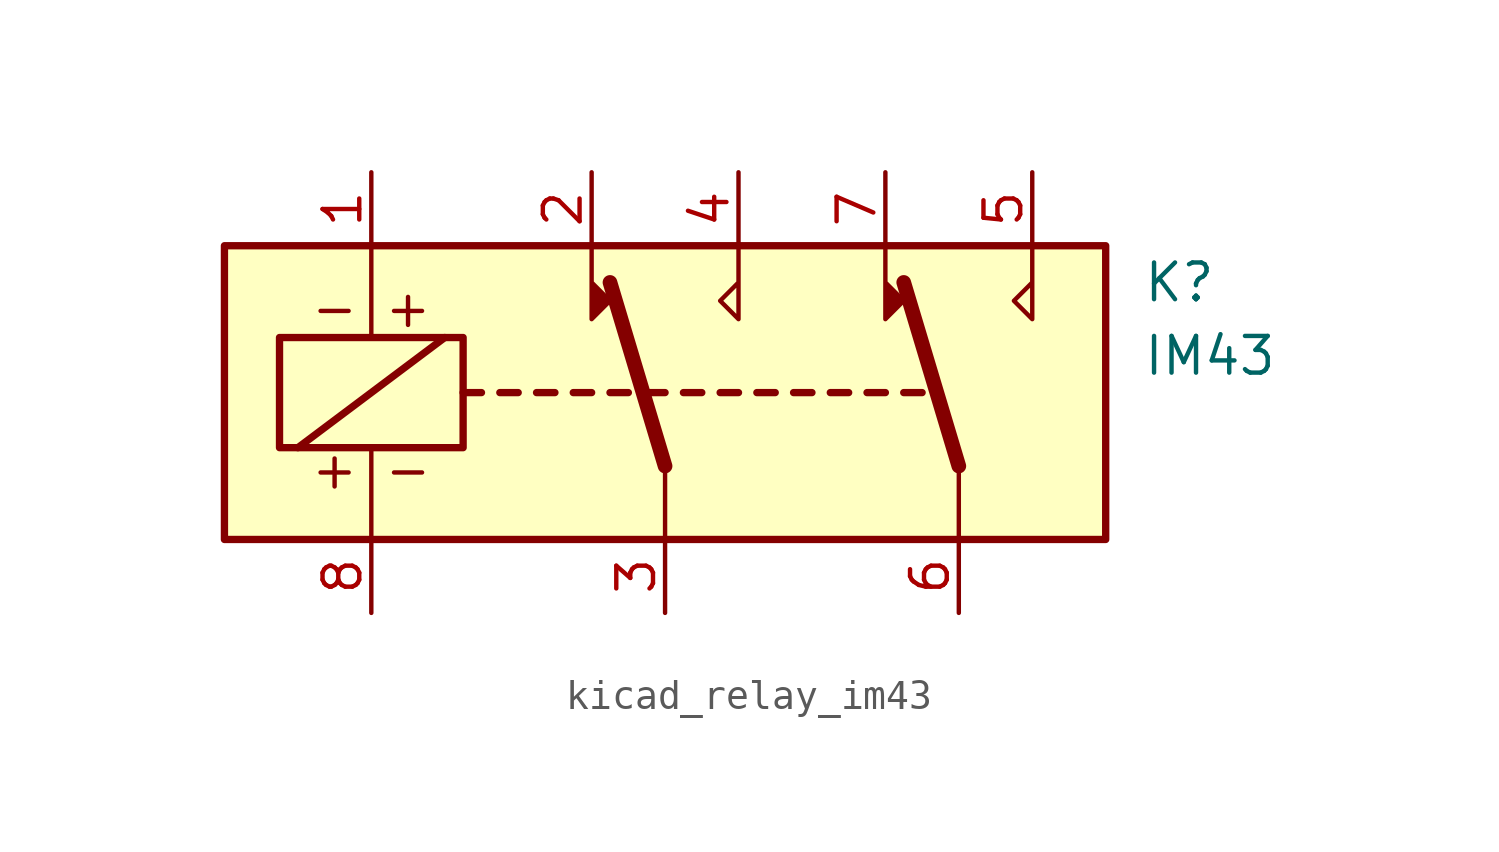
<source format=kicad_sym>
(kicad_symbol_lib
  (version 20220914)
  (generator kicad_symbol_editor)
  (symbol "kicad_relay_im43"
    (property "Reference" "K"
      (at 16.51 3.81 0)
      (effects (font (size 1.27 1.27)) (justify left)))
    (property "Value" "IM43"
      (at 16.51 1.27 0)
      (effects (font (size 1.27 1.27)) (justify left)))
    (symbol "kicad_relay_im43_0_0"
      (text "+ -" (at -10.16 -2.667 0) (effects (font (size 1.27 1.27))))
      (text "- +" (at -10.16 2.921 0) (effects (font (size 1.27 1.27)))))
    (symbol "kicad_relay_im43_0_1"
      (rectangle (start -15.24 5.08) (end 15.24 -5.08) (stroke (width 0.254) (type default)) (fill (type background)))
      (rectangle (start -13.335 1.905) (end -6.985 -1.905) (stroke (width 0.254) (type default)) (fill (type none)))
      (polyline (pts (xy -12.7 -1.905) (xy -7.62 1.905)) (stroke (width 0.254) (type default)) (fill (type none)))
      (polyline (pts (xy -10.16 -5.08) (xy -10.16 -1.905)) (stroke (width 0) (type default)) (fill (type none)))
      (polyline (pts (xy -10.16 5.08) (xy -10.16 1.905)) (stroke (width 0) (type default)) (fill (type none)))
      (polyline (pts (xy -6.985 0) (xy -6.35 0)) (stroke (width 0.254) (type default)) (fill (type none)))
      (polyline (pts (xy -5.715 0) (xy -5.08 0)) (stroke (width 0.254) (type default)) (fill (type none)))
      (polyline (pts (xy -4.445 0) (xy -3.81 0)) (stroke (width 0.254) (type default)) (fill (type none)))
      (polyline (pts (xy -3.175 0) (xy -2.54 0)) (stroke (width 0.254) (type default)) (fill (type none)))
      (polyline (pts (xy -1.905 0) (xy -1.27 0)) (stroke (width 0.254) (type default)) (fill (type none)))
      (polyline (pts (xy -0.635 0) (xy 0 0)) (stroke (width 0.254) (type default)) (fill (type none)))
      (polyline (pts (xy 0 -2.54) (xy -1.905 3.81)) (stroke (width 0.508) (type default)) (fill (type none)))
      (polyline (pts (xy 0 -2.54) (xy 0 -5.08)) (stroke (width 0) (type default)) (fill (type none)))
      (polyline (pts (xy 0.635 0) (xy 1.27 0)) (stroke (width 0.254) (type default)) (fill (type none)))
      (polyline (pts (xy 1.905 0) (xy 2.54 0)) (stroke (width 0.254) (type default)) (fill (type none)))
      (polyline (pts (xy 3.175 0) (xy 3.81 0)) (stroke (width 0.254) (type default)) (fill (type none)))
      (polyline (pts (xy 4.445 0) (xy 5.08 0)) (stroke (width 0.254) (type default)) (fill (type none)))
      (polyline (pts (xy 5.715 0) (xy 6.35 0)) (stroke (width 0.254) (type default)) (fill (type none)))
      (polyline (pts (xy 6.985 0) (xy 7.62 0)) (stroke (width 0.254) (type default)) (fill (type none)))
      (polyline (pts (xy 8.255 0) (xy 8.89 0)) (stroke (width 0.254) (type default)) (fill (type none)))
      (polyline (pts (xy 10.16 -2.54) (xy 8.255 3.81)) (stroke (width 0.508) (type default)) (fill (type none)))
      (polyline (pts (xy 10.16 -2.54) (xy 10.16 -5.08)) (stroke (width 0) (type default)) (fill (type none)))
      (polyline (pts (xy -2.54 5.08) (xy -2.54 2.54) (xy -1.905 3.175) (xy -2.54 3.81)) (stroke (width 0) (type default)) (fill (type outline)))
      (polyline (pts (xy 2.54 5.08) (xy 2.54 2.54) (xy 1.905 3.175) (xy 2.54 3.81)) (stroke (width 0) (type default)) (fill (type none)))
      (polyline (pts (xy 7.62 5.08) (xy 7.62 2.54) (xy 8.255 3.175) (xy 7.62 3.81)) (stroke (width 0) (type default)) (fill (type outline)))
      (polyline (pts (xy 12.7 5.08) (xy 12.7 2.54) (xy 12.065 3.175) (xy 12.7 3.81)) (stroke (width 0) (type default)) (fill (type none))))
    (symbol "kicad_relay_im43_1_1"
      (pin passive line (at -10.16 7.62 270) (length 2.54) (name "~" (effects (font (size 1.27 1.27)))) (number "1" (effects (font (size 1.27 1.27)))))
      (pin passive line (at -2.54 7.62 270) (length 2.54) (name "~" (effects (font (size 1.27 1.27)))) (number "2" (effects (font (size 1.27 1.27)))))
      (pin passive line (at 0 -7.62 90) (length 2.54) (name "~" (effects (font (size 1.27 1.27)))) (number "3" (effects (font (size 1.27 1.27)))))
      (pin passive line (at 2.54 7.62 270) (length 2.54) (name "~" (effects (font (size 1.27 1.27)))) (number "4" (effects (font (size 1.27 1.27)))))
      (pin passive line (at 12.7 7.62 270) (length 2.54) (name "~" (effects (font (size 1.27 1.27)))) (number "5" (effects (font (size 1.27 1.27)))))
      (pin passive line (at 10.16 -7.62 90) (length 2.54) (name "~" (effects (font (size 1.27 1.27)))) (number "6" (effects (font (size 1.27 1.27)))))
      (pin passive line (at 7.62 7.62 270) (length 2.54) (name "~" (effects (font (size 1.27 1.27)))) (number "7" (effects (font (size 1.27 1.27)))))
      (pin passive line (at -10.16 -7.62 90) (length 2.54) (name "~" (effects (font (size 1.27 1.27)))) (number "8" (effects (font (size 1.27 1.27))))))))
</source>
